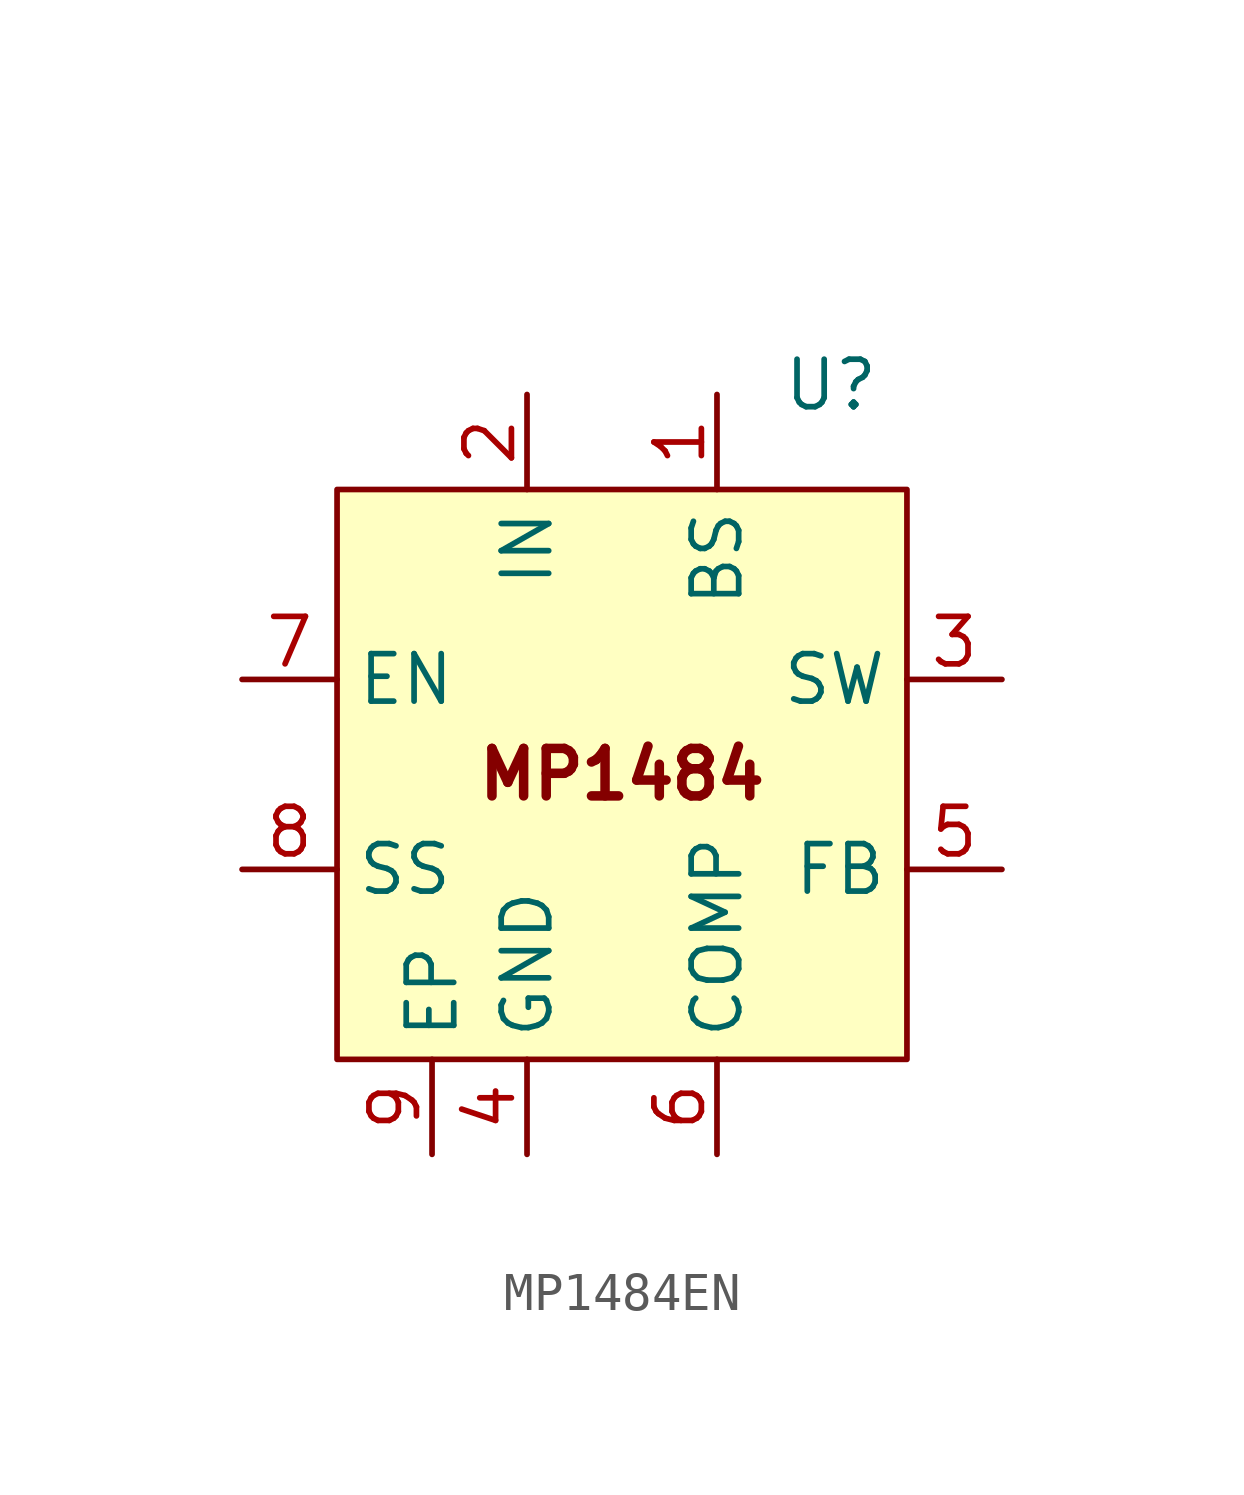
<source format=kicad_sym>
(kicad_symbol_lib
  (version 20231120)
  (generator "kicad_symbol_editor")
  (generator_version "8.0")
  (symbol "MP1484EN"
    (property "Reference" "U"
      (at 5.588 10.414 0)
      (effects (font (size 1.27 1.27))))
    (property "Value" ""
      (at 1.27 13.97 0)
      (effects (font (size 1.27 1.27))))
    (symbol "MP1484EN_1_1"
      (rectangle (start -7.62 7.62) (end 7.62 -7.62) (stroke (width 0) (type default)) (fill (type background)))
      (text "MP1484" (at 0 0 0) (effects (font (size 1.27 1.27) (bold yes))))
      (pin passive line (at 2.54 10.16 270) (length 2.54) (name "BS" (effects (font (size 1.27 1.27)))) (number "1" (effects (font (size 1.27 1.27)))))
      (pin power_in line (at -2.54 10.16 270) (length 2.54) (name "IN" (effects (font (size 1.27 1.27)))) (number "2" (effects (font (size 1.27 1.27)))))
      (pin power_out line (at 10.16 2.54 180) (length 2.54) (name "SW" (effects (font (size 1.27 1.27)))) (number "3" (effects (font (size 1.27 1.27)))))
      (pin power_in line (at -2.54 -10.16 90) (length 2.54) (name "GND" (effects (font (size 1.27 1.27)))) (number "4" (effects (font (size 1.27 1.27)))))
      (pin input line (at 10.16 -2.54 180) (length 2.54) (name "FB" (effects (font (size 1.27 1.27)))) (number "5" (effects (font (size 1.27 1.27)))))
      (pin passive line (at 2.54 -10.16 90) (length 2.54) (name "COMP" (effects (font (size 1.27 1.27)))) (number "6" (effects (font (size 1.27 1.27)))))
      (pin input line (at -10.16 2.54 0) (length 2.54) (name "EN" (effects (font (size 1.27 1.27)))) (number "7" (effects (font (size 1.27 1.27)))))
      (pin passive line (at -10.16 -2.54 0) (length 2.54) (name "SS" (effects (font (size 1.27 1.27)))) (number "8" (effects (font (size 1.27 1.27)))))
      (pin power_in line (at -5.08 -10.16 90) (length 2.54) (name "EP" (effects (font (size 1.27 1.27)))) (number "9" (effects (font (size 1.27 1.27))))))))
</source>
